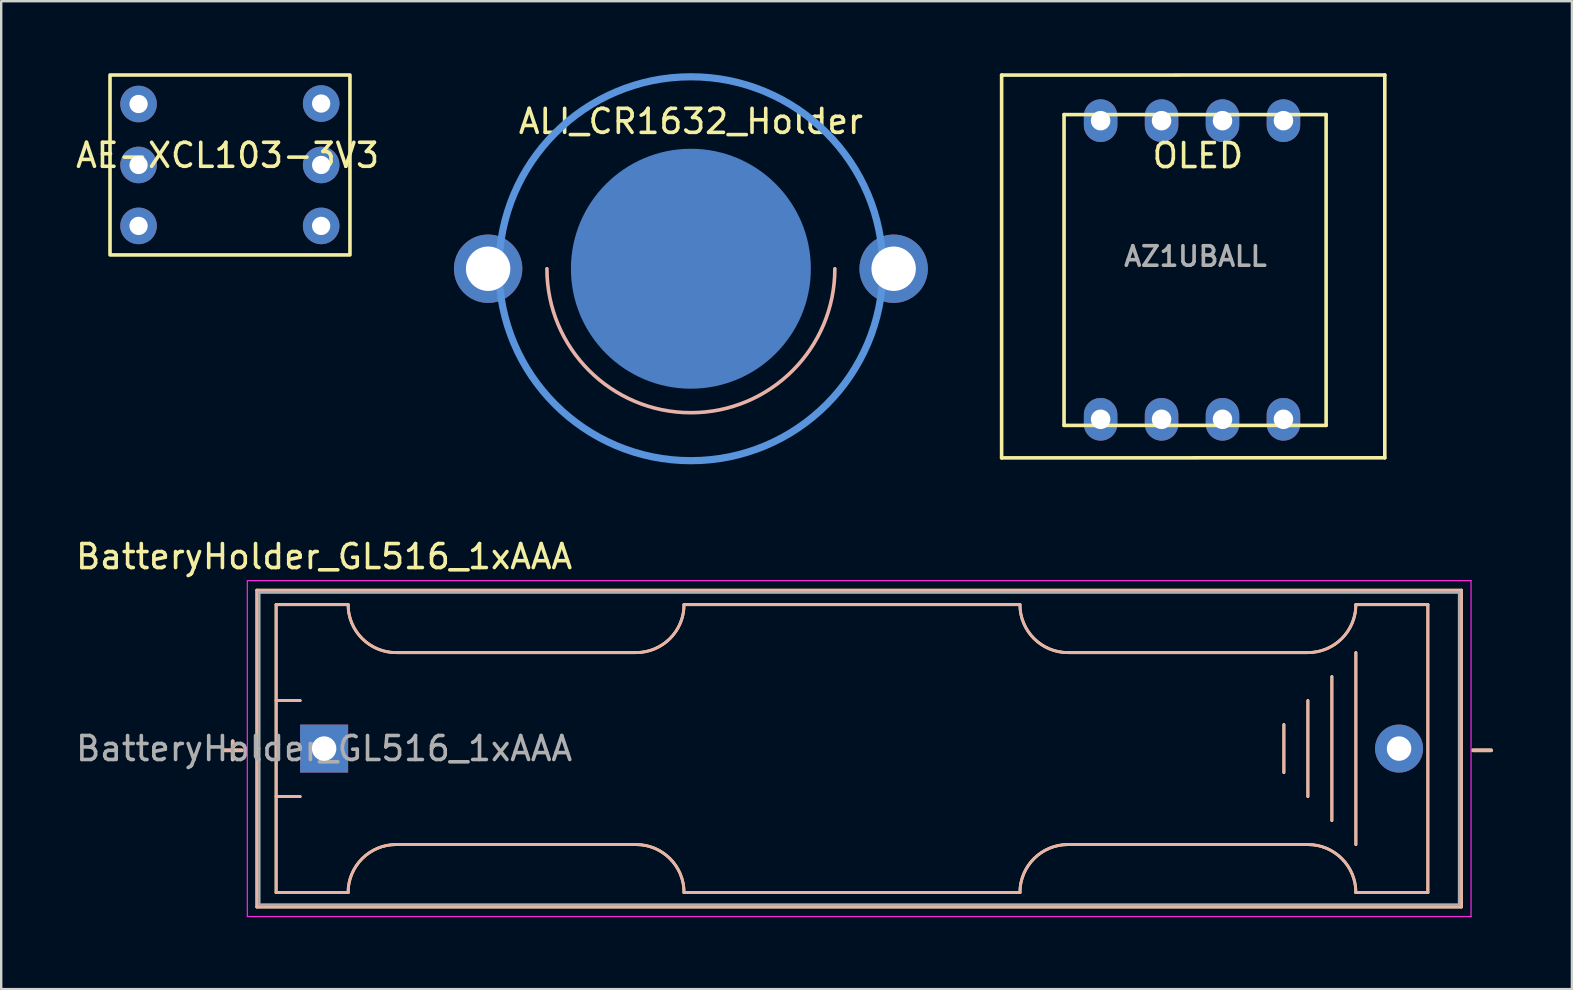
<source format=kicad_pcb>
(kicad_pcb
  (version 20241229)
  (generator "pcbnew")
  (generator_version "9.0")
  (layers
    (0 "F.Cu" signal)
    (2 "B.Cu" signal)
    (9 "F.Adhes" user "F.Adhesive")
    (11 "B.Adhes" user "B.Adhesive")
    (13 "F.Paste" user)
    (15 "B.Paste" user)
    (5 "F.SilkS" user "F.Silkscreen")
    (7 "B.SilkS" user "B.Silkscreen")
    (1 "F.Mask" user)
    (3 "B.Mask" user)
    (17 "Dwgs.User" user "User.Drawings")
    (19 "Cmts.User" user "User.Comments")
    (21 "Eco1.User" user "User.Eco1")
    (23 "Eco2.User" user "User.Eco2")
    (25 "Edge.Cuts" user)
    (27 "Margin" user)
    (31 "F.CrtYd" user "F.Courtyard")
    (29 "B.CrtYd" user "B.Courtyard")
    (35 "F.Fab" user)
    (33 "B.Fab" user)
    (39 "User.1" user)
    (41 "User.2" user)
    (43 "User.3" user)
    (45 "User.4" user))
  (footprint "BatteryHolder_GL516_1xAAA"
    (layer "F.Cu")
    (at 10.458 28.148)
    (property "Reference" "BatteryHolder_GL516_1xAAA" (at 0 -8 180) (layer "F.SilkS") (effects (font (size 1 1) (thickness 0.15))))
    (attr through_hole)
    (fp_line (start -2.8 -6.6) (end -2.8 6.6) (stroke (width 0.12) (type solid)) (layer "F.SilkS"))
    (fp_line (start -2.8 6.6) (end 47.4 6.6) (stroke (width 0.12) (type solid)) (layer "F.SilkS"))
    (fp_line (start -2 -6) (end -2 6) (stroke (width 0.12) (type solid)) (layer "F.SilkS"))
    (fp_line (start -2 -6) (end 1 -6) (stroke (width 0.12) (type solid)) (layer "F.SilkS"))
    (fp_line (start -2 -2) (end -1 -2) (stroke (width 0.12) (type solid)) (layer "F.SilkS"))
    (fp_line (start -2 6) (end 1 6) (stroke (width 0.12) (type solid)) (layer "F.SilkS"))
    (fp_line (start -1 2) (end -2 2) (stroke (width 0.12) (type solid)) (layer "F.SilkS"))
    (fp_line (start 3 -4) (end 13 -4) (stroke (width 0.12) (type solid)) (layer "F.SilkS"))
    (fp_line (start 3 4) (end 13 4) (stroke (width 0.12) (type solid)) (layer "F.SilkS"))
    (fp_line (start 15 6) (end 29 6) (stroke (width 0.12) (type solid)) (layer "F.SilkS"))
    (fp_line (start 29 -6) (end 15 -6) (stroke (width 0.12) (type solid)) (layer "F.SilkS"))
    (fp_line (start 40 -1) (end 40 1) (stroke (width 0.12) (type solid)) (layer "F.SilkS"))
    (fp_line (start 41 -4) (end 31 -4) (stroke (width 0.12) (type solid)) (layer "F.SilkS"))
    (fp_line (start 41 -2) (end 41 2) (stroke (width 0.12) (type solid)) (layer "F.SilkS"))
    (fp_line (start 41 4) (end 31 4) (stroke (width 0.12) (type solid)) (layer "F.SilkS"))
    (fp_line (start 42 3) (end 42 -3) (stroke (width 0.12) (type solid)) (layer "F.SilkS"))
    (fp_line (start 43 -4) (end 43 4) (stroke (width 0.12) (type solid)) (layer "F.SilkS"))
    (fp_line (start 46 -6) (end 43 -6) (stroke (width 0.12) (type solid)) (layer "F.SilkS"))
    (fp_line (start 46 -6) (end 46 6) (stroke (width 0.12) (type solid)) (layer "F.SilkS"))
    (fp_line (start 46 6) (end 43 6) (stroke (width 0.12) (type solid)) (layer "F.SilkS"))
    (fp_line (start 47.4 -6.6) (end -2.8 -6.6) (stroke (width 0.12) (type solid)) (layer "F.SilkS"))
    (fp_line (start 47.4 6.6) (end 47.4 -6.6) (stroke (width 0.12) (type solid)) (layer "F.SilkS"))
    (fp_arc (start 1 6) (mid 1.585786 4.585786) (end 3 4) (stroke (width 0.12) (type solid)) (layer "F.SilkS"))
    (fp_arc (start 3 -4) (mid 1.585786 -4.585786) (end 1 -6) (stroke (width 0.12) (type solid)) (layer "F.SilkS"))
    (fp_arc (start 13 4) (mid 14.414214 4.585786) (end 15 6) (stroke (width 0.12) (type solid)) (layer "F.SilkS"))
    (fp_arc (start 15 -6) (mid 14.414214 -4.585786) (end 13 -4) (stroke (width 0.12) (type solid)) (layer "F.SilkS"))
    (fp_arc (start 29 6) (mid 29.585786 4.585786) (end 31 4) (stroke (width 0.12) (type solid)) (layer "F.SilkS"))
    (fp_arc (start 31 -4) (mid 29.585786 -4.585786) (end 29 -6) (stroke (width 0.12) (type solid)) (layer "F.SilkS"))
    (fp_arc (start 41 4) (mid 42.414214 4.585786) (end 43 6) (stroke (width 0.12) (type solid)) (layer "F.SilkS"))
    (fp_arc (start 43 -6) (mid 42.414214 -4.585786) (end 41 -4) (stroke (width 0.12) (type solid)) (layer "F.SilkS"))
    (fp_line (start -2.8 -6.6) (end -2.8 6.6) (stroke (width 0.12) (type solid)) (layer "B.SilkS"))
    (fp_line (start -2.8 6.6) (end 47.4 6.6) (stroke (width 0.12) (type solid)) (layer "B.SilkS"))
    (fp_line (start -2 -6) (end -2 6) (stroke (width 0.12) (type solid)) (layer "B.SilkS"))
    (fp_line (start -2 -6) (end 1 -6) (stroke (width 0.12) (type solid)) (layer "B.SilkS"))
    (fp_line (start -2 -2) (end -1 -2) (stroke (width 0.12) (type solid)) (layer "B.SilkS"))
    (fp_line (start -2 6) (end 1 6) (stroke (width 0.12) (type solid)) (layer "B.SilkS"))
    (fp_line (start -1 2) (end -2 2) (stroke (width 0.12) (type solid)) (layer "B.SilkS"))
    (fp_line (start 3 -4) (end 13 -4) (stroke (width 0.12) (type solid)) (layer "B.SilkS"))
    (fp_line (start 3 4) (end 13 4) (stroke (width 0.12) (type solid)) (layer "B.SilkS"))
    (fp_line (start 15 6) (end 29 6) (stroke (width 0.12) (type solid)) (layer "B.SilkS"))
    (fp_line (start 29 -6) (end 15 -6) (stroke (width 0.12) (type solid)) (layer "B.SilkS"))
    (fp_line (start 40 -1) (end 40 1) (stroke (width 0.12) (type solid)) (layer "B.SilkS"))
    (fp_line (start 41 -4) (end 31 -4) (stroke (width 0.12) (type solid)) (layer "B.SilkS"))
    (fp_line (start 41 -2) (end 41 2) (stroke (width 0.12) (type solid)) (layer "B.SilkS"))
    (fp_line (start 41 4) (end 31 4) (stroke (width 0.12) (type solid)) (layer "B.SilkS"))
    (fp_line (start 42 3) (end 42 -3) (stroke (width 0.12) (type solid)) (layer "B.SilkS"))
    (fp_line (start 43 -4) (end 43 4) (stroke (width 0.12) (type solid)) (layer "B.SilkS"))
    (fp_line (start 46 -6) (end 43 -6) (stroke (width 0.12) (type solid)) (layer "B.SilkS"))
    (fp_line (start 46 -6) (end 46 6) (stroke (width 0.12) (type solid)) (layer "B.SilkS"))
    (fp_line (start 46 6) (end 43 6) (stroke (width 0.12) (type solid)) (layer "B.SilkS"))
    (fp_line (start 47.4 -6.6) (end -2.8 -6.6) (stroke (width 0.12) (type solid)) (layer "B.SilkS"))
    (fp_line (start 47.4 6.6) (end 47.4 -6.6) (stroke (width 0.12) (type solid)) (layer "B.SilkS"))
    (fp_arc (start 1 6) (mid 1.585786 4.585786) (end 3 4) (stroke (width 0.12) (type solid)) (layer "B.SilkS"))
    (fp_arc (start 3 -4) (mid 1.585786 -4.585786) (end 1 -6) (stroke (width 0.12) (type solid)) (layer "B.SilkS"))
    (fp_arc (start 13 4) (mid 14.414214 4.585786) (end 15 6) (stroke (width 0.12) (type solid)) (layer "B.SilkS"))
    (fp_arc (start 15 -6) (mid 14.414214 -4.585786) (end 13 -4) (stroke (width 0.12) (type solid)) (layer "B.SilkS"))
    (fp_arc (start 29 6) (mid 29.585786 4.585786) (end 31 4) (stroke (width 0.12) (type solid)) (layer "B.SilkS"))
    (fp_arc (start 31 -4) (mid 29.585786 -4.585786) (end 29 -6) (stroke (width 0.12) (type solid)) (layer "B.SilkS"))
    (fp_arc (start 41 4) (mid 42.414214 4.585786) (end 43 6) (stroke (width 0.12) (type solid)) (layer "B.SilkS"))
    (fp_arc (start 43 -6) (mid 42.414214 -4.585786) (end 41 -4) (stroke (width 0.12) (type solid)) (layer "B.SilkS"))
    (fp_line (start -3.2 -7) (end -3.2 7) (stroke (width 0.05) (type solid)) (layer "F.CrtYd"))
    (fp_line (start -3.2 7) (end 47.8 7) (stroke (width 0.05) (type solid)) (layer "F.CrtYd"))
    (fp_line (start 47.8 -7) (end -3.2 -7) (stroke (width 0.05) (type solid)) (layer "F.CrtYd"))
    (fp_line (start 47.8 7) (end 47.8 -7) (stroke (width 0.05) (type solid)) (layer "F.CrtYd"))
    (fp_line (start -2.7 -6.5) (end 47.3 -6.5) (stroke (width 0.1) (type solid)) (layer "F.Fab"))
    (fp_line (start -2.7 0) (end -2.7 -6.5) (stroke (width 0.1) (type solid)) (layer "F.Fab"))
    (fp_line (start -2.7 6.5) (end -2.7 0) (stroke (width 0.1) (type solid)) (layer "F.Fab"))
    (fp_line (start 47.3 -6.5) (end 47.3 6.5) (stroke (width 0.1) (type solid)) (layer "F.Fab"))
    (fp_line (start 47.3 6.5) (end -2.7 6.5) (stroke (width 0.1) (type solid)) (layer "F.Fab"))
    (fp_text user "+" (at -3.81 0 0) (layer "F.SilkS") (effects (font (size 1 1) (thickness 0.15))))
    (fp_text user "-" (at 48.26 0 0) (layer "F.SilkS") (effects (font (size 1 1) (thickness 0.15))))
    (fp_text user "-" (at 48.26 0 0) (layer "B.SilkS") (effects (font (size 1 1) (thickness 0.15))))
    (fp_text user "+" (at -3.81 0 0) (layer "B.SilkS") (effects (font (size 1 1) (thickness 0.15))))
    (fp_text user "${REFERENCE}" (at 0 0 0) (layer "F.Fab") (effects (font (size 1 1) (thickness 0.15))))
    (pad "1" thru_hole rect (at 0 0) (size 2 2) (drill 1.02) (layers "*.Cu" "*.Mask"))
    (pad "2" thru_hole circle (at 44.8 0) (size 2 2) (drill 1.02) (layers "*.Cu" "*.Mask")))
  (footprint "AZ1UBALL"
    (layer "F.Cu")
    (at 46.884 8.329)
    (property "Reference" "AZ1UBALL" (at -0.11 -0.694 180) (layer "F.Fab") (effects (font (size 0.813 0.813) (thickness 0.15))))
    (attr through_hole)
    (fp_line (start -8.19 -8.25) (end 7.78 -8.254) (stroke (width 0.15) (type solid)) (layer "F.SilkS"))
    (fp_line (start -8.19 7.704) (end -8.19 -8.25) (stroke (width 0.15) (type solid)) (layer "F.SilkS"))
    (fp_line (start -8.19 7.704) (end 7.78 7.7) (stroke (width 0.15) (type solid)) (layer "F.SilkS"))
    (fp_line (start -5.588 -6.604) (end -5.588 6.35) (stroke (width 0.15) (type solid)) (layer "F.SilkS"))
    (fp_line (start -5.588 -6.604) (end 5.334 -6.604) (stroke (width 0.15) (type solid)) (layer "F.SilkS"))
    (fp_line (start -5.588 6.35) (end 5.334 6.35) (stroke (width 0.15) (type solid)) (layer "F.SilkS"))
    (fp_line (start 5.334 -6.604) (end 5.334 6.35) (stroke (width 0.15) (type solid)) (layer "F.SilkS"))
    (fp_line (start 7.78 7.7) (end 7.78 -8.254) (stroke (width 0.15) (type solid)) (layer "F.SilkS"))
    (fp_text user "OLED" (at -0.01 -4.894 0) (layer "F.SilkS") (effects (font (size 1 1) (thickness 0.15))))
    (pad "1" thru_hole oval (at -4.064 -6.35) (size 1.397 1.778) (drill 0.813) (layers "*.Cu" "B.Mask"))
    (pad "1" thru_hole oval (at -4.064 6.096) (size 1.397 1.778) (drill 0.813) (layers "*.Cu" "B.Mask"))
    (pad "2" thru_hole oval (at -1.524 -6.35) (size 1.397 1.778) (drill 0.813) (layers "*.Cu" "B.Mask"))
    (pad "2" thru_hole oval (at -1.524 6.096) (size 1.397 1.778) (drill 0.813) (layers "*.Cu" "B.Mask"))
    (pad "3" thru_hole oval (at 1.016 -6.35) (size 1.397 1.778) (drill 0.813) (layers "*.Cu" "B.Mask"))
    (pad "3" thru_hole oval (at 1.016 6.096) (size 1.397 1.778) (drill 0.813) (layers "*.Cu" "B.Mask"))
    (pad "4" thru_hole oval (at 3.556 -6.35) (size 1.397 1.778) (drill 0.813) (layers "*.Cu" "B.Mask"))
    (pad "4" thru_hole oval (at 3.556 6.096) (size 1.397 1.778) (drill 0.813) (layers "*.Cu" "B.Mask")))
  (footprint "AE-XCL103-3V3"
    (layer "F.Cu")
    (at 6.435 3.925)
    (property "Reference" "AE-XCL103-3V3" (at 0 -0.5 0) (unlocked yes) (layer "F.SilkS") (effects (font (size 1 1) (thickness 0.15))))
    (attr through_hole)
    (fp_rect (start -4.9 -3.85) (end 5.1 3.65) (stroke (width 0.15) (type default)) (fill no) (layer "F.SilkS"))
    (pad "1" thru_hole circle (at -3.71 -2.64) (size 1.524 1.524) (drill 0.762) (layers "*.Cu" "*.Mask"))
    (pad "2" thru_hole circle (at -3.71 -0.1) (size 1.524 1.524) (drill 0.762) (layers "*.Cu" "*.Mask"))
    (pad "3" thru_hole circle (at -3.71 2.44) (size 1.524 1.524) (drill 0.762) (layers "*.Cu" "*.Mask"))
    (pad "4" thru_hole circle (at 3.9 -2.66) (size 1.524 1.524) (drill 0.762) (layers "*.Cu" "*.Mask"))
    (pad "5" thru_hole circle (at 3.9 -0.1) (size 1.524 1.524) (drill 0.762) (layers "*.Cu" "*.Mask"))
    (pad "5" thru_hole circle (at 3.9 2.44) (size 1.524 1.524) (drill 0.762) (layers "*.Cu" "*.Mask")))
  (footprint "ALI_CR1632_Holder"
    (layer "F.Cu")
    (at 25.744 8.15)
    (property "Reference" "ALI_CR1632_Holder" (at 0 -6.14 0) (layer "F.SilkS") (effects (font (size 1 1) (thickness 0.15))))
    (attr through_hole)
    (fp_arc (start 6 0) (mid 0 6) (end -6 0) (stroke (width 0.15) (type solid)) (layer "B.SilkS"))
    (fp_circle (center 0 0) (end 8 0) (stroke (width 0.3) (type solid)) (fill no) (layer "Cmts.User"))
    (pad "1" thru_hole circle (at -8.45 0) (size 2.85 2.85) (drill 1.85) (layers "*.Cu" "*.Mask"))
    (pad "1" thru_hole circle (at 8.45 0) (size 2.85 2.85) (drill 1.85) (layers "*.Cu" "*.Mask"))
    (pad "2" smd circle (at 0 0) (size 10 10) (layers "B.Cu" "B.Mask" "B.Paste")))
  (gr_rect
    (start -3 -3)
    (end 62.462 38.173)
    (stroke (width 0.1) (type default))
    (fill no)
    (layer "Edge.Cuts")))
</source>
